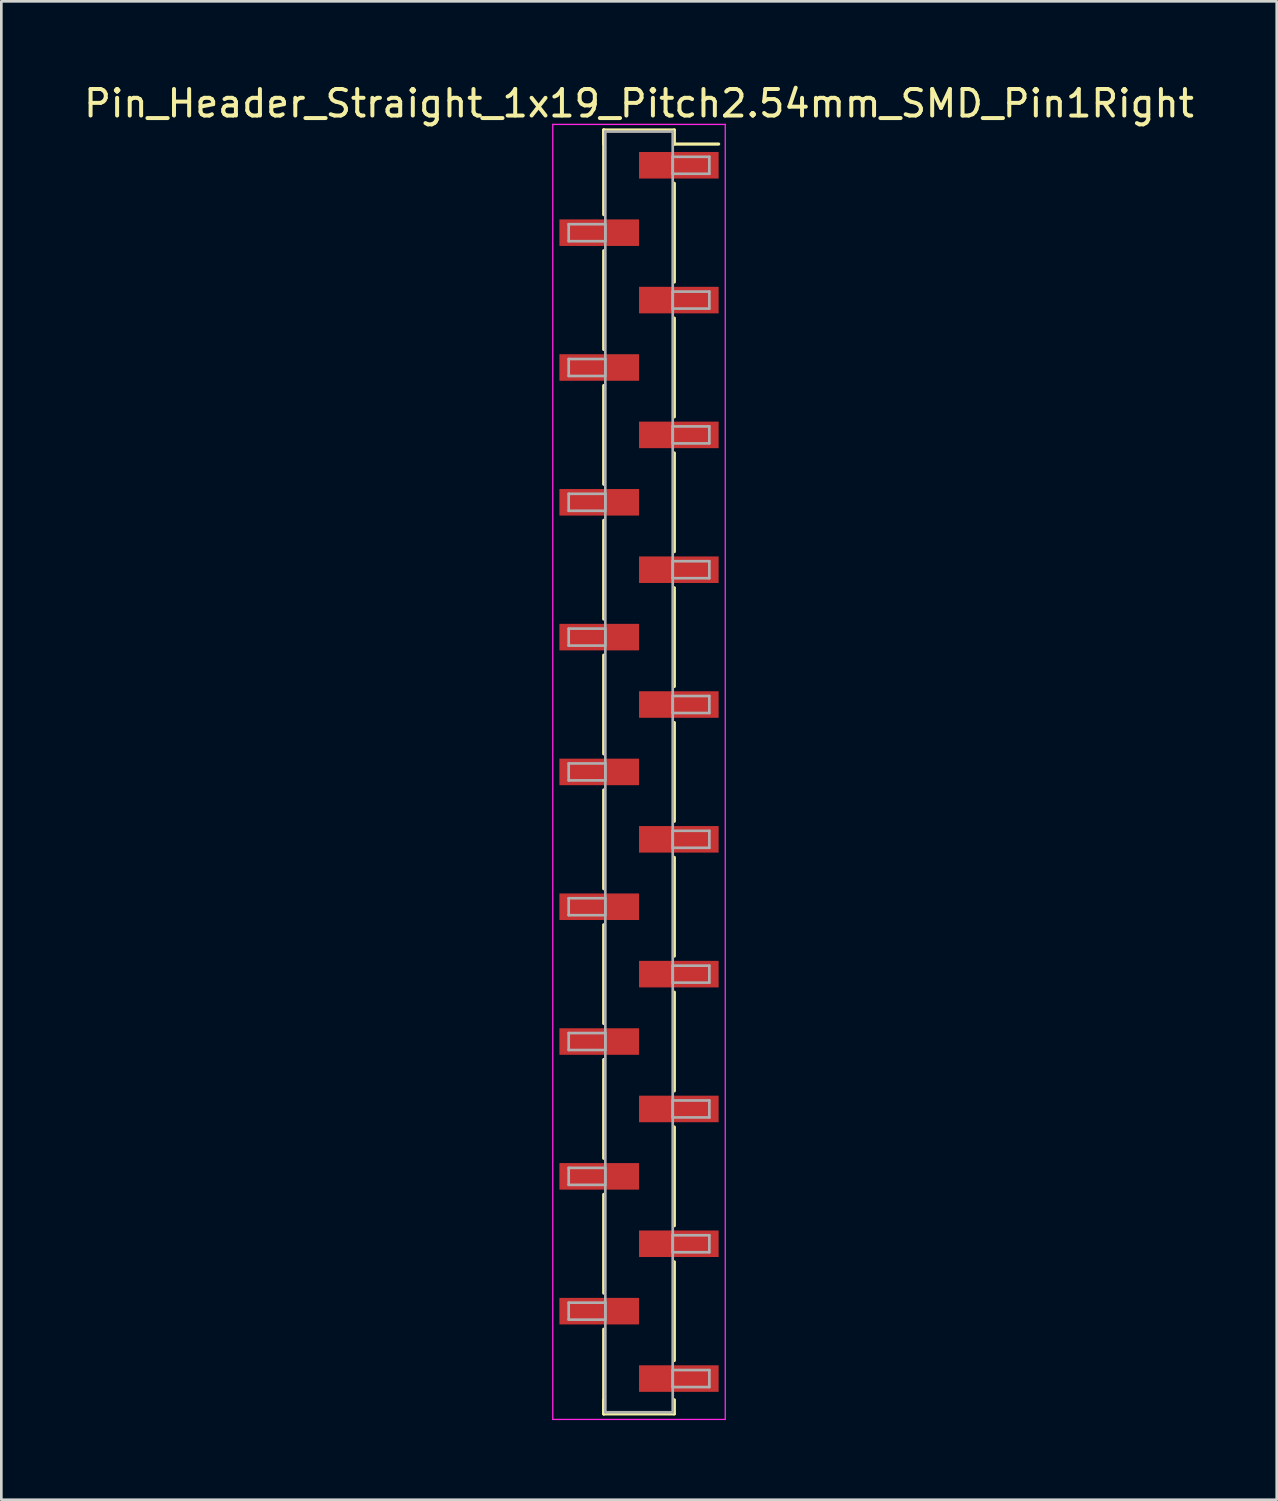
<source format=kicad_pcb>
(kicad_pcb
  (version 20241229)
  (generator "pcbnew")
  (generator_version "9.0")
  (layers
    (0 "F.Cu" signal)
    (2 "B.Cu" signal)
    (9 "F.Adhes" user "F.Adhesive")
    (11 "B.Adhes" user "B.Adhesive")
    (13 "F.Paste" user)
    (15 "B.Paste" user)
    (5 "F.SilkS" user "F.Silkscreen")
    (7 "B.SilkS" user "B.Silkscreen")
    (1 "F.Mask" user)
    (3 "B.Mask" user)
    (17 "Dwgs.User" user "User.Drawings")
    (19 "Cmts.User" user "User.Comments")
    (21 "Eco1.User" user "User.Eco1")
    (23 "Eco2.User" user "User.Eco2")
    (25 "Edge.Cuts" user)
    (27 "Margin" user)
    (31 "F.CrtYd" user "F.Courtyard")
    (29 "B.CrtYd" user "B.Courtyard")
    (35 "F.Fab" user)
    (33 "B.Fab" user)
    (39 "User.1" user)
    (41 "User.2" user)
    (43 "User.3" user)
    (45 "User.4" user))
  (footprint "Pin_Header_Straight_1x19_Pitch2.54mm_SMD_Pin1Right"
    (layer "F.Cu")
    (at 21.03 26.038)
    (property "Reference" "Pin_Header_Straight_1x19_Pitch2.54mm_SMD_Pin1Right" (at 0 -25.19 0) (layer "F.SilkS") (effects (font (size 1 1) (thickness 0.15))))
    (attr smd)
    (fp_line (start -1.33 -24.19) (end -1.33 -21) (stroke (width 0.12) (type solid)) (layer "F.SilkS"))
    (fp_line (start -1.33 -24.19) (end 1.33 -24.19) (stroke (width 0.12) (type solid)) (layer "F.SilkS"))
    (fp_line (start -1.33 -23.66) (end -1.33 -24.19) (stroke (width 0.12) (type solid)) (layer "F.SilkS"))
    (fp_line (start -1.33 -19.64) (end -1.33 -15.92) (stroke (width 0.12) (type solid)) (layer "F.SilkS"))
    (fp_line (start -1.33 -14.56) (end -1.33 -10.84) (stroke (width 0.12) (type solid)) (layer "F.SilkS"))
    (fp_line (start -1.33 -9.48) (end -1.33 -5.76) (stroke (width 0.12) (type solid)) (layer "F.SilkS"))
    (fp_line (start -1.33 -4.4) (end -1.33 -0.68) (stroke (width 0.12) (type solid)) (layer "F.SilkS"))
    (fp_line (start -1.33 0.68) (end -1.33 4.4) (stroke (width 0.12) (type solid)) (layer "F.SilkS"))
    (fp_line (start -1.33 5.76) (end -1.33 9.48) (stroke (width 0.12) (type solid)) (layer "F.SilkS"))
    (fp_line (start -1.33 10.84) (end -1.33 14.56) (stroke (width 0.12) (type solid)) (layer "F.SilkS"))
    (fp_line (start -1.33 15.92) (end -1.33 19.64) (stroke (width 0.12) (type solid)) (layer "F.SilkS"))
    (fp_line (start -1.33 21) (end -1.33 24.19) (stroke (width 0.12) (type solid)) (layer "F.SilkS"))
    (fp_line (start -1.33 23.66) (end -1.33 24.19) (stroke (width 0.12) (type solid)) (layer "F.SilkS"))
    (fp_line (start -1.33 24.19) (end 1.33 24.19) (stroke (width 0.12) (type solid)) (layer "F.SilkS"))
    (fp_line (start 1.33 -24.19) (end 1.33 -23.66) (stroke (width 0.12) (type solid)) (layer "F.SilkS"))
    (fp_line (start 1.33 -23.66) (end 3 -23.66) (stroke (width 0.12) (type solid)) (layer "F.SilkS"))
    (fp_line (start 1.33 -22.18) (end 1.33 -18.46) (stroke (width 0.12) (type solid)) (layer "F.SilkS"))
    (fp_line (start 1.33 -17.1) (end 1.33 -13.38) (stroke (width 0.12) (type solid)) (layer "F.SilkS"))
    (fp_line (start 1.33 -12.02) (end 1.33 -8.3) (stroke (width 0.12) (type solid)) (layer "F.SilkS"))
    (fp_line (start 1.33 -6.94) (end 1.33 -3.22) (stroke (width 0.12) (type solid)) (layer "F.SilkS"))
    (fp_line (start 1.33 -1.86) (end 1.33 1.86) (stroke (width 0.12) (type solid)) (layer "F.SilkS"))
    (fp_line (start 1.33 3.22) (end 1.33 6.94) (stroke (width 0.12) (type solid)) (layer "F.SilkS"))
    (fp_line (start 1.33 8.3) (end 1.33 12.02) (stroke (width 0.12) (type solid)) (layer "F.SilkS"))
    (fp_line (start 1.33 13.38) (end 1.33 17.1) (stroke (width 0.12) (type solid)) (layer "F.SilkS"))
    (fp_line (start 1.33 18.46) (end 1.33 22.18) (stroke (width 0.12) (type solid)) (layer "F.SilkS"))
    (fp_line (start 1.33 24.19) (end 1.33 23.66) (stroke (width 0.12) (type solid)) (layer "F.SilkS"))
    (fp_line (start -3.25 -24.4) (end -3.25 24.4) (stroke (width 0.05) (type solid)) (layer "F.CrtYd"))
    (fp_line (start -3.25 24.4) (end 3.25 24.4) (stroke (width 0.05) (type solid)) (layer "F.CrtYd"))
    (fp_line (start 3.25 -24.4) (end -3.25 -24.4) (stroke (width 0.05) (type solid)) (layer "F.CrtYd"))
    (fp_line (start 3.25 24.4) (end 3.25 -24.4) (stroke (width 0.05) (type solid)) (layer "F.CrtYd"))
    (fp_line (start -2.65 -20.64) (end -1.27 -20.64) (stroke (width 0.1) (type solid)) (layer "F.Fab"))
    (fp_line (start -2.65 -20) (end -2.65 -20.64) (stroke (width 0.1) (type solid)) (layer "F.Fab"))
    (fp_line (start -2.65 -15.56) (end -1.27 -15.56) (stroke (width 0.1) (type solid)) (layer "F.Fab"))
    (fp_line (start -2.65 -14.92) (end -2.65 -15.56) (stroke (width 0.1) (type solid)) (layer "F.Fab"))
    (fp_line (start -2.65 -10.48) (end -1.27 -10.48) (stroke (width 0.1) (type solid)) (layer "F.Fab"))
    (fp_line (start -2.65 -9.84) (end -2.65 -10.48) (stroke (width 0.1) (type solid)) (layer "F.Fab"))
    (fp_line (start -2.65 -5.4) (end -1.27 -5.4) (stroke (width 0.1) (type solid)) (layer "F.Fab"))
    (fp_line (start -2.65 -4.76) (end -2.65 -5.4) (stroke (width 0.1) (type solid)) (layer "F.Fab"))
    (fp_line (start -2.65 -0.32) (end -1.27 -0.32) (stroke (width 0.1) (type solid)) (layer "F.Fab"))
    (fp_line (start -2.65 0.32) (end -2.65 -0.32) (stroke (width 0.1) (type solid)) (layer "F.Fab"))
    (fp_line (start -2.65 4.76) (end -1.27 4.76) (stroke (width 0.1) (type solid)) (layer "F.Fab"))
    (fp_line (start -2.65 5.4) (end -2.65 4.76) (stroke (width 0.1) (type solid)) (layer "F.Fab"))
    (fp_line (start -2.65 9.84) (end -1.27 9.84) (stroke (width 0.1) (type solid)) (layer "F.Fab"))
    (fp_line (start -2.65 10.48) (end -2.65 9.84) (stroke (width 0.1) (type solid)) (layer "F.Fab"))
    (fp_line (start -2.65 14.92) (end -1.27 14.92) (stroke (width 0.1) (type solid)) (layer "F.Fab"))
    (fp_line (start -2.65 15.56) (end -2.65 14.92) (stroke (width 0.1) (type solid)) (layer "F.Fab"))
    (fp_line (start -2.65 20) (end -1.27 20) (stroke (width 0.1) (type solid)) (layer "F.Fab"))
    (fp_line (start -2.65 20.64) (end -2.65 20) (stroke (width 0.1) (type solid)) (layer "F.Fab"))
    (fp_line (start -1.27 -24.13) (end -1.27 24.13) (stroke (width 0.1) (type solid)) (layer "F.Fab"))
    (fp_line (start -1.27 -20.64) (end -1.27 -20) (stroke (width 0.1) (type solid)) (layer "F.Fab"))
    (fp_line (start -1.27 -20) (end -2.65 -20) (stroke (width 0.1) (type solid)) (layer "F.Fab"))
    (fp_line (start -1.27 -15.56) (end -1.27 -14.92) (stroke (width 0.1) (type solid)) (layer "F.Fab"))
    (fp_line (start -1.27 -14.92) (end -2.65 -14.92) (stroke (width 0.1) (type solid)) (layer "F.Fab"))
    (fp_line (start -1.27 -10.48) (end -1.27 -9.84) (stroke (width 0.1) (type solid)) (layer "F.Fab"))
    (fp_line (start -1.27 -9.84) (end -2.65 -9.84) (stroke (width 0.1) (type solid)) (layer "F.Fab"))
    (fp_line (start -1.27 -5.4) (end -1.27 -4.76) (stroke (width 0.1) (type solid)) (layer "F.Fab"))
    (fp_line (start -1.27 -4.76) (end -2.65 -4.76) (stroke (width 0.1) (type solid)) (layer "F.Fab"))
    (fp_line (start -1.27 -0.32) (end -1.27 0.32) (stroke (width 0.1) (type solid)) (layer "F.Fab"))
    (fp_line (start -1.27 0.32) (end -2.65 0.32) (stroke (width 0.1) (type solid)) (layer "F.Fab"))
    (fp_line (start -1.27 4.76) (end -1.27 5.4) (stroke (width 0.1) (type solid)) (layer "F.Fab"))
    (fp_line (start -1.27 5.4) (end -2.65 5.4) (stroke (width 0.1) (type solid)) (layer "F.Fab"))
    (fp_line (start -1.27 9.84) (end -1.27 10.48) (stroke (width 0.1) (type solid)) (layer "F.Fab"))
    (fp_line (start -1.27 10.48) (end -2.65 10.48) (stroke (width 0.1) (type solid)) (layer "F.Fab"))
    (fp_line (start -1.27 14.92) (end -1.27 15.56) (stroke (width 0.1) (type solid)) (layer "F.Fab"))
    (fp_line (start -1.27 15.56) (end -2.65 15.56) (stroke (width 0.1) (type solid)) (layer "F.Fab"))
    (fp_line (start -1.27 20) (end -1.27 20.64) (stroke (width 0.1) (type solid)) (layer "F.Fab"))
    (fp_line (start -1.27 20.64) (end -2.65 20.64) (stroke (width 0.1) (type solid)) (layer "F.Fab"))
    (fp_line (start -1.27 24.13) (end 1.27 24.13) (stroke (width 0.1) (type solid)) (layer "F.Fab"))
    (fp_line (start 1.27 -24.13) (end -1.27 -24.13) (stroke (width 0.1) (type solid)) (layer "F.Fab"))
    (fp_line (start 1.27 -23.18) (end 1.27 -22.54) (stroke (width 0.1) (type solid)) (layer "F.Fab"))
    (fp_line (start 1.27 -22.54) (end 2.65 -22.54) (stroke (width 0.1) (type solid)) (layer "F.Fab"))
    (fp_line (start 1.27 -18.1) (end 1.27 -17.46) (stroke (width 0.1) (type solid)) (layer "F.Fab"))
    (fp_line (start 1.27 -17.46) (end 2.65 -17.46) (stroke (width 0.1) (type solid)) (layer "F.Fab"))
    (fp_line (start 1.27 -13.02) (end 1.27 -12.38) (stroke (width 0.1) (type solid)) (layer "F.Fab"))
    (fp_line (start 1.27 -12.38) (end 2.65 -12.38) (stroke (width 0.1) (type solid)) (layer "F.Fab"))
    (fp_line (start 1.27 -7.94) (end 1.27 -7.3) (stroke (width 0.1) (type solid)) (layer "F.Fab"))
    (fp_line (start 1.27 -7.3) (end 2.65 -7.3) (stroke (width 0.1) (type solid)) (layer "F.Fab"))
    (fp_line (start 1.27 -2.86) (end 1.27 -2.22) (stroke (width 0.1) (type solid)) (layer "F.Fab"))
    (fp_line (start 1.27 -2.22) (end 2.65 -2.22) (stroke (width 0.1) (type solid)) (layer "F.Fab"))
    (fp_line (start 1.27 2.22) (end 1.27 2.86) (stroke (width 0.1) (type solid)) (layer "F.Fab"))
    (fp_line (start 1.27 2.86) (end 2.65 2.86) (stroke (width 0.1) (type solid)) (layer "F.Fab"))
    (fp_line (start 1.27 7.3) (end 1.27 7.94) (stroke (width 0.1) (type solid)) (layer "F.Fab"))
    (fp_line (start 1.27 7.94) (end 2.65 7.94) (stroke (width 0.1) (type solid)) (layer "F.Fab"))
    (fp_line (start 1.27 12.38) (end 1.27 13.02) (stroke (width 0.1) (type solid)) (layer "F.Fab"))
    (fp_line (start 1.27 13.02) (end 2.65 13.02) (stroke (width 0.1) (type solid)) (layer "F.Fab"))
    (fp_line (start 1.27 17.46) (end 1.27 18.1) (stroke (width 0.1) (type solid)) (layer "F.Fab"))
    (fp_line (start 1.27 18.1) (end 2.65 18.1) (stroke (width 0.1) (type solid)) (layer "F.Fab"))
    (fp_line (start 1.27 22.54) (end 1.27 23.18) (stroke (width 0.1) (type solid)) (layer "F.Fab"))
    (fp_line (start 1.27 23.18) (end 2.65 23.18) (stroke (width 0.1) (type solid)) (layer "F.Fab"))
    (fp_line (start 1.27 24.13) (end 1.27 -24.13) (stroke (width 0.1) (type solid)) (layer "F.Fab"))
    (fp_line (start 2.65 -23.18) (end 1.27 -23.18) (stroke (width 0.1) (type solid)) (layer "F.Fab"))
    (fp_line (start 2.65 -22.54) (end 2.65 -23.18) (stroke (width 0.1) (type solid)) (layer "F.Fab"))
    (fp_line (start 2.65 -18.1) (end 1.27 -18.1) (stroke (width 0.1) (type solid)) (layer "F.Fab"))
    (fp_line (start 2.65 -17.46) (end 2.65 -18.1) (stroke (width 0.1) (type solid)) (layer "F.Fab"))
    (fp_line (start 2.65 -13.02) (end 1.27 -13.02) (stroke (width 0.1) (type solid)) (layer "F.Fab"))
    (fp_line (start 2.65 -12.38) (end 2.65 -13.02) (stroke (width 0.1) (type solid)) (layer "F.Fab"))
    (fp_line (start 2.65 -7.94) (end 1.27 -7.94) (stroke (width 0.1) (type solid)) (layer "F.Fab"))
    (fp_line (start 2.65 -7.3) (end 2.65 -7.94) (stroke (width 0.1) (type solid)) (layer "F.Fab"))
    (fp_line (start 2.65 -2.86) (end 1.27 -2.86) (stroke (width 0.1) (type solid)) (layer "F.Fab"))
    (fp_line (start 2.65 -2.22) (end 2.65 -2.86) (stroke (width 0.1) (type solid)) (layer "F.Fab"))
    (fp_line (start 2.65 2.22) (end 1.27 2.22) (stroke (width 0.1) (type solid)) (layer "F.Fab"))
    (fp_line (start 2.65 2.86) (end 2.65 2.22) (stroke (width 0.1) (type solid)) (layer "F.Fab"))
    (fp_line (start 2.65 7.3) (end 1.27 7.3) (stroke (width 0.1) (type solid)) (layer "F.Fab"))
    (fp_line (start 2.65 7.94) (end 2.65 7.3) (stroke (width 0.1) (type solid)) (layer "F.Fab"))
    (fp_line (start 2.65 12.38) (end 1.27 12.38) (stroke (width 0.1) (type solid)) (layer "F.Fab"))
    (fp_line (start 2.65 13.02) (end 2.65 12.38) (stroke (width 0.1) (type solid)) (layer "F.Fab"))
    (fp_line (start 2.65 17.46) (end 1.27 17.46) (stroke (width 0.1) (type solid)) (layer "F.Fab"))
    (fp_line (start 2.65 18.1) (end 2.65 17.46) (stroke (width 0.1) (type solid)) (layer "F.Fab"))
    (fp_line (start 2.65 22.54) (end 1.27 22.54) (stroke (width 0.1) (type solid)) (layer "F.Fab"))
    (fp_line (start 2.65 23.18) (end 2.65 22.54) (stroke (width 0.1) (type solid)) (layer "F.Fab"))
    (pad "1" smd rect (at 1.5 -22.86) (size 3 1) (layers "F.Cu" "F.Mask"))
    (pad "2" smd rect (at -1.5 -20.32) (size 3 1) (layers "F.Cu" "F.Mask"))
    (pad "3" smd rect (at 1.5 -17.78) (size 3 1) (layers "F.Cu" "F.Mask"))
    (pad "4" smd rect (at -1.5 -15.24) (size 3 1) (layers "F.Cu" "F.Mask"))
    (pad "5" smd rect (at 1.5 -12.7) (size 3 1) (layers "F.Cu" "F.Mask"))
    (pad "6" smd rect (at -1.5 -10.16) (size 3 1) (layers "F.Cu" "F.Mask"))
    (pad "7" smd rect (at 1.5 -7.62) (size 3 1) (layers "F.Cu" "F.Mask"))
    (pad "8" smd rect (at -1.5 -5.08) (size 3 1) (layers "F.Cu" "F.Mask"))
    (pad "9" smd rect (at 1.5 -2.54) (size 3 1) (layers "F.Cu" "F.Mask"))
    (pad "10" smd rect (at -1.5 0) (size 3 1) (layers "F.Cu" "F.Mask"))
    (pad "11" smd rect (at 1.5 2.54) (size 3 1) (layers "F.Cu" "F.Mask"))
    (pad "12" smd rect (at -1.5 5.08) (size 3 1) (layers "F.Cu" "F.Mask"))
    (pad "13" smd rect (at 1.5 7.62) (size 3 1) (layers "F.Cu" "F.Mask"))
    (pad "14" smd rect (at -1.5 10.16) (size 3 1) (layers "F.Cu" "F.Mask"))
    (pad "15" smd rect (at 1.5 12.7) (size 3 1) (layers "F.Cu" "F.Mask"))
    (pad "16" smd rect (at -1.5 15.24) (size 3 1) (layers "F.Cu" "F.Mask"))
    (pad "17" smd rect (at 1.5 17.78) (size 3 1) (layers "F.Cu" "F.Mask"))
    (pad "18" smd rect (at -1.5 20.32) (size 3 1) (layers "F.Cu" "F.Mask"))
    (pad "19" smd rect (at 1.5 22.86) (size 3 1) (layers "F.Cu" "F.Mask")))
  (gr_rect
    (start -3 -3)
    (end 45.06 53.463)
    (stroke (width 0.1) (type default))
    (fill no)
    (layer "Edge.Cuts")))
</source>
